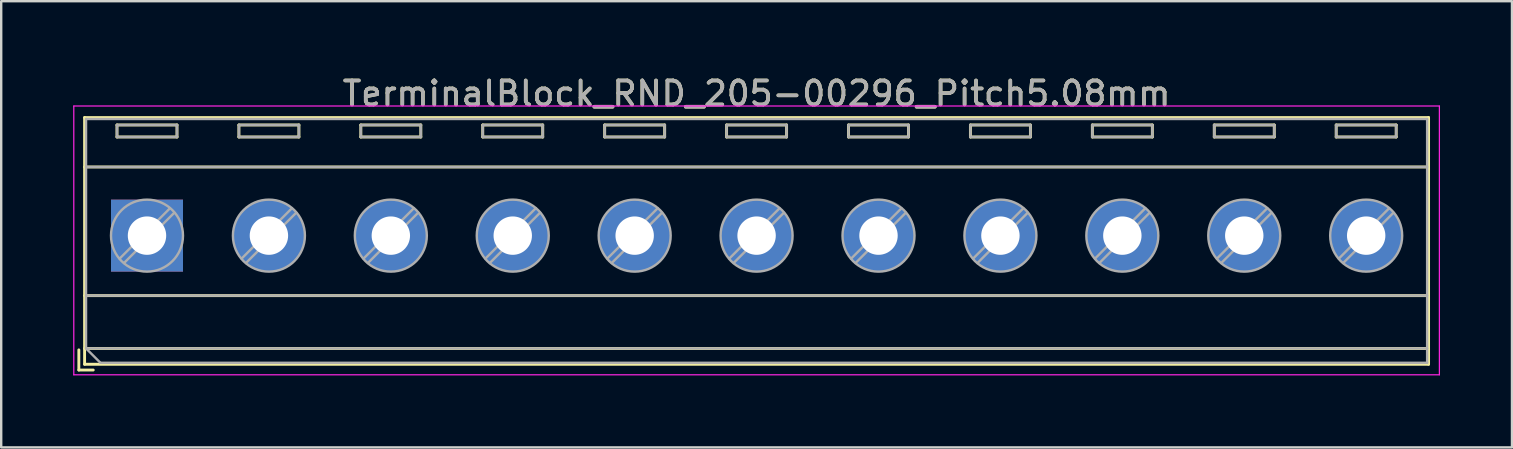
<source format=kicad_pcb>
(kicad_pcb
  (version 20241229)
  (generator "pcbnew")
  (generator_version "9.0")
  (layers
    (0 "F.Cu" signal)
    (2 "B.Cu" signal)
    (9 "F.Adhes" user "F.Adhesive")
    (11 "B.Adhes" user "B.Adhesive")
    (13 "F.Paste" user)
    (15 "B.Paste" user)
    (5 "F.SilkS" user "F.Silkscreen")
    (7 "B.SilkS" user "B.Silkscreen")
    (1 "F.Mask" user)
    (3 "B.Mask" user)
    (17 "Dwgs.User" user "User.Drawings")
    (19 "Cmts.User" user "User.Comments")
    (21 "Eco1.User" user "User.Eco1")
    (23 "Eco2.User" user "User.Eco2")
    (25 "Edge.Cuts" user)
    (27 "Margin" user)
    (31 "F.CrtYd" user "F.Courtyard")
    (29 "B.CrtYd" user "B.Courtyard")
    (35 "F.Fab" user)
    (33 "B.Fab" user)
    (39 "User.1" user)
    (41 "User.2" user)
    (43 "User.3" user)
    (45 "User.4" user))
  (footprint "TerminalBlock_RND_205-00296_Pitch5.08mm"
    (layer "F.Cu")
    (at 3.075 6.768)
    (property "Reference" "TerminalBlock_RND_205-00296_Pitch5.08mm" (at 25.4 -5.92 0) (layer "F.SilkS") (effects (font (size 1 1) (thickness 0.15))))
    (attr through_hole)
    (fp_line (start -2.84 4.76) (end -2.84 5.6) (stroke (width 0.12) (type solid)) (layer "F.SilkS"))
    (fp_line (start -2.84 5.6) (end -2.24 5.6) (stroke (width 0.12) (type solid)) (layer "F.SilkS"))
    (fp_line (start -2.6 -4.92) (end -2.6 5.36) (stroke (width 0.12) (type solid)) (layer "F.SilkS"))
    (fp_line (start -2.6 -2.86) (end 53.4 -2.86) (stroke (width 0.12) (type solid)) (layer "F.SilkS"))
    (fp_line (start -2.6 2.5) (end 53.4 2.5) (stroke (width 0.12) (type solid)) (layer "F.SilkS"))
    (fp_line (start -2.6 4.7) (end 53.4 4.7) (stroke (width 0.12) (type solid)) (layer "F.SilkS"))
    (fp_line (start -2.6 5.36) (end 53.4 5.36) (stroke (width 0.12) (type solid)) (layer "F.SilkS"))
    (fp_line (start -1.25 -4.61) (end -1.25 -4.11) (stroke (width 0.12) (type solid)) (layer "F.SilkS"))
    (fp_line (start -1.25 -4.61) (end 1.25 -4.61) (stroke (width 0.12) (type solid)) (layer "F.SilkS"))
    (fp_line (start -1.25 -4.11) (end 1.25 -4.11) (stroke (width 0.12) (type solid)) (layer "F.SilkS"))
    (fp_line (start 1.25 -4.61) (end 1.25 -4.11) (stroke (width 0.12) (type solid)) (layer "F.SilkS"))
    (fp_line (start 3.83 -4.61) (end 3.83 -4.11) (stroke (width 0.12) (type solid)) (layer "F.SilkS"))
    (fp_line (start 3.83 -4.61) (end 6.33 -4.61) (stroke (width 0.12) (type solid)) (layer "F.SilkS"))
    (fp_line (start 3.83 -4.11) (end 6.33 -4.11) (stroke (width 0.12) (type solid)) (layer "F.SilkS"))
    (fp_line (start 6.33 -4.61) (end 6.33 -4.11) (stroke (width 0.12) (type solid)) (layer "F.SilkS"))
    (fp_line (start 8.91 -4.61) (end 8.91 -4.11) (stroke (width 0.12) (type solid)) (layer "F.SilkS"))
    (fp_line (start 8.91 -4.61) (end 11.41 -4.61) (stroke (width 0.12) (type solid)) (layer "F.SilkS"))
    (fp_line (start 8.91 -4.11) (end 11.41 -4.11) (stroke (width 0.12) (type solid)) (layer "F.SilkS"))
    (fp_line (start 11.41 -4.61) (end 11.41 -4.11) (stroke (width 0.12) (type solid)) (layer "F.SilkS"))
    (fp_line (start 13.99 -4.61) (end 13.99 -4.11) (stroke (width 0.12) (type solid)) (layer "F.SilkS"))
    (fp_line (start 13.99 -4.61) (end 16.49 -4.61) (stroke (width 0.12) (type solid)) (layer "F.SilkS"))
    (fp_line (start 13.99 -4.11) (end 16.49 -4.11) (stroke (width 0.12) (type solid)) (layer "F.SilkS"))
    (fp_line (start 16.49 -4.61) (end 16.49 -4.11) (stroke (width 0.12) (type solid)) (layer "F.SilkS"))
    (fp_line (start 19.07 -4.61) (end 19.07 -4.11) (stroke (width 0.12) (type solid)) (layer "F.SilkS"))
    (fp_line (start 19.07 -4.61) (end 21.57 -4.61) (stroke (width 0.12) (type solid)) (layer "F.SilkS"))
    (fp_line (start 19.07 -4.11) (end 21.57 -4.11) (stroke (width 0.12) (type solid)) (layer "F.SilkS"))
    (fp_line (start 21.57 -4.61) (end 21.57 -4.11) (stroke (width 0.12) (type solid)) (layer "F.SilkS"))
    (fp_line (start 24.15 -4.61) (end 24.15 -4.11) (stroke (width 0.12) (type solid)) (layer "F.SilkS"))
    (fp_line (start 24.15 -4.61) (end 26.65 -4.61) (stroke (width 0.12) (type solid)) (layer "F.SilkS"))
    (fp_line (start 24.15 -4.11) (end 26.65 -4.11) (stroke (width 0.12) (type solid)) (layer "F.SilkS"))
    (fp_line (start 26.65 -4.61) (end 26.65 -4.11) (stroke (width 0.12) (type solid)) (layer "F.SilkS"))
    (fp_line (start 29.23 -4.61) (end 29.23 -4.11) (stroke (width 0.12) (type solid)) (layer "F.SilkS"))
    (fp_line (start 29.23 -4.61) (end 31.73 -4.61) (stroke (width 0.12) (type solid)) (layer "F.SilkS"))
    (fp_line (start 29.23 -4.11) (end 31.73 -4.11) (stroke (width 0.12) (type solid)) (layer "F.SilkS"))
    (fp_line (start 31.73 -4.61) (end 31.73 -4.11) (stroke (width 0.12) (type solid)) (layer "F.SilkS"))
    (fp_line (start 34.31 -4.61) (end 34.31 -4.11) (stroke (width 0.12) (type solid)) (layer "F.SilkS"))
    (fp_line (start 34.31 -4.61) (end 36.81 -4.61) (stroke (width 0.12) (type solid)) (layer "F.SilkS"))
    (fp_line (start 34.31 -4.11) (end 36.81 -4.11) (stroke (width 0.12) (type solid)) (layer "F.SilkS"))
    (fp_line (start 36.81 -4.61) (end 36.81 -4.11) (stroke (width 0.12) (type solid)) (layer "F.SilkS"))
    (fp_line (start 39.39 -4.61) (end 39.39 -4.11) (stroke (width 0.12) (type solid)) (layer "F.SilkS"))
    (fp_line (start 39.39 -4.61) (end 41.89 -4.61) (stroke (width 0.12) (type solid)) (layer "F.SilkS"))
    (fp_line (start 39.39 -4.11) (end 41.89 -4.11) (stroke (width 0.12) (type solid)) (layer "F.SilkS"))
    (fp_line (start 41.89 -4.61) (end 41.89 -4.11) (stroke (width 0.12) (type solid)) (layer "F.SilkS"))
    (fp_line (start 44.47 -4.61) (end 44.47 -4.11) (stroke (width 0.12) (type solid)) (layer "F.SilkS"))
    (fp_line (start 44.47 -4.61) (end 46.97 -4.61) (stroke (width 0.12) (type solid)) (layer "F.SilkS"))
    (fp_line (start 44.47 -4.11) (end 46.97 -4.11) (stroke (width 0.12) (type solid)) (layer "F.SilkS"))
    (fp_line (start 46.97 -4.61) (end 46.97 -4.11) (stroke (width 0.12) (type solid)) (layer "F.SilkS"))
    (fp_line (start 49.55 -4.61) (end 49.55 -4.11) (stroke (width 0.12) (type solid)) (layer "F.SilkS"))
    (fp_line (start 49.55 -4.61) (end 52.05 -4.61) (stroke (width 0.12) (type solid)) (layer "F.SilkS"))
    (fp_line (start 49.55 -4.11) (end 52.05 -4.11) (stroke (width 0.12) (type solid)) (layer "F.SilkS"))
    (fp_line (start 52.05 -4.61) (end 52.05 -4.11) (stroke (width 0.12) (type solid)) (layer "F.SilkS"))
    (fp_line (start 53.4 -4.92) (end -2.6 -4.92) (stroke (width 0.12) (type solid)) (layer "F.SilkS"))
    (fp_line (start 53.4 5.36) (end 53.4 -4.92) (stroke (width 0.12) (type solid)) (layer "F.SilkS"))
    (fp_line (start -3.05 -5.4) (end -3.05 5.8) (stroke (width 0.05) (type solid)) (layer "F.CrtYd"))
    (fp_line (start -3.05 5.8) (end 53.85 5.8) (stroke (width 0.05) (type solid)) (layer "F.CrtYd"))
    (fp_line (start 53.85 -5.4) (end -3.05 -5.4) (stroke (width 0.05) (type solid)) (layer "F.CrtYd"))
    (fp_line (start 53.85 5.8) (end 53.85 -5.4) (stroke (width 0.05) (type solid)) (layer "F.CrtYd"))
    (fp_line (start -2.54 -4.86) (end 53.34 -4.86) (stroke (width 0.1) (type solid)) (layer "F.Fab"))
    (fp_line (start -2.54 -2.86) (end 53.34 -2.86) (stroke (width 0.1) (type solid)) (layer "F.Fab"))
    (fp_line (start -2.54 2.5) (end 53.34 2.5) (stroke (width 0.1) (type solid)) (layer "F.Fab"))
    (fp_line (start -2.54 4.7) (end -2.54 -4.86) (stroke (width 0.1) (type solid)) (layer "F.Fab"))
    (fp_line (start -2.54 4.7) (end 53.34 4.7) (stroke (width 0.1) (type solid)) (layer "F.Fab"))
    (fp_line (start -1.94 5.3) (end -2.54 4.7) (stroke (width 0.1) (type solid)) (layer "F.Fab"))
    (fp_line (start -1.25 -4.61) (end -1.25 -4.11) (stroke (width 0.1) (type solid)) (layer "F.Fab"))
    (fp_line (start -1.25 -4.11) (end 1.25 -4.11) (stroke (width 0.1) (type solid)) (layer "F.Fab"))
    (fp_line (start 0.955 -1.138) (end -1.138 0.955) (stroke (width 0.1) (type solid)) (layer "F.Fab"))
    (fp_line (start 1.138 -0.955) (end -0.955 1.138) (stroke (width 0.1) (type solid)) (layer "F.Fab"))
    (fp_line (start 1.25 -4.61) (end -1.25 -4.61) (stroke (width 0.1) (type solid)) (layer "F.Fab"))
    (fp_line (start 1.25 -4.11) (end 1.25 -4.61) (stroke (width 0.1) (type solid)) (layer "F.Fab"))
    (fp_line (start 3.83 -4.61) (end 3.83 -4.11) (stroke (width 0.1) (type solid)) (layer "F.Fab"))
    (fp_line (start 3.83 -4.11) (end 6.33 -4.11) (stroke (width 0.1) (type solid)) (layer "F.Fab"))
    (fp_line (start 6.035 -1.138) (end 3.943 0.955) (stroke (width 0.1) (type solid)) (layer "F.Fab"))
    (fp_line (start 6.218 -0.955) (end 4.126 1.138) (stroke (width 0.1) (type solid)) (layer "F.Fab"))
    (fp_line (start 6.33 -4.61) (end 3.83 -4.61) (stroke (width 0.1) (type solid)) (layer "F.Fab"))
    (fp_line (start 6.33 -4.11) (end 6.33 -4.61) (stroke (width 0.1) (type solid)) (layer "F.Fab"))
    (fp_line (start 8.91 -4.61) (end 8.91 -4.11) (stroke (width 0.1) (type solid)) (layer "F.Fab"))
    (fp_line (start 8.91 -4.11) (end 11.41 -4.11) (stroke (width 0.1) (type solid)) (layer "F.Fab"))
    (fp_line (start 11.115 -1.138) (end 9.023 0.955) (stroke (width 0.1) (type solid)) (layer "F.Fab"))
    (fp_line (start 11.298 -0.955) (end 9.206 1.138) (stroke (width 0.1) (type solid)) (layer "F.Fab"))
    (fp_line (start 11.41 -4.61) (end 8.91 -4.61) (stroke (width 0.1) (type solid)) (layer "F.Fab"))
    (fp_line (start 11.41 -4.11) (end 11.41 -4.61) (stroke (width 0.1) (type solid)) (layer "F.Fab"))
    (fp_line (start 13.99 -4.61) (end 13.99 -4.11) (stroke (width 0.1) (type solid)) (layer "F.Fab"))
    (fp_line (start 13.99 -4.11) (end 16.49 -4.11) (stroke (width 0.1) (type solid)) (layer "F.Fab"))
    (fp_line (start 16.195 -1.138) (end 14.103 0.955) (stroke (width 0.1) (type solid)) (layer "F.Fab"))
    (fp_line (start 16.378 -0.955) (end 14.286 1.138) (stroke (width 0.1) (type solid)) (layer "F.Fab"))
    (fp_line (start 16.49 -4.61) (end 13.99 -4.61) (stroke (width 0.1) (type solid)) (layer "F.Fab"))
    (fp_line (start 16.49 -4.11) (end 16.49 -4.61) (stroke (width 0.1) (type solid)) (layer "F.Fab"))
    (fp_line (start 19.07 -4.61) (end 19.07 -4.11) (stroke (width 0.1) (type solid)) (layer "F.Fab"))
    (fp_line (start 19.07 -4.11) (end 21.57 -4.11) (stroke (width 0.1) (type solid)) (layer "F.Fab"))
    (fp_line (start 21.275 -1.138) (end 19.183 0.955) (stroke (width 0.1) (type solid)) (layer "F.Fab"))
    (fp_line (start 21.458 -0.955) (end 19.366 1.138) (stroke (width 0.1) (type solid)) (layer "F.Fab"))
    (fp_line (start 21.57 -4.61) (end 19.07 -4.61) (stroke (width 0.1) (type solid)) (layer "F.Fab"))
    (fp_line (start 21.57 -4.11) (end 21.57 -4.61) (stroke (width 0.1) (type solid)) (layer "F.Fab"))
    (fp_line (start 24.15 -4.61) (end 24.15 -4.11) (stroke (width 0.1) (type solid)) (layer "F.Fab"))
    (fp_line (start 24.15 -4.11) (end 26.65 -4.11) (stroke (width 0.1) (type solid)) (layer "F.Fab"))
    (fp_line (start 26.355 -1.138) (end 24.263 0.955) (stroke (width 0.1) (type solid)) (layer "F.Fab"))
    (fp_line (start 26.538 -0.955) (end 24.446 1.138) (stroke (width 0.1) (type solid)) (layer "F.Fab"))
    (fp_line (start 26.65 -4.61) (end 24.15 -4.61) (stroke (width 0.1) (type solid)) (layer "F.Fab"))
    (fp_line (start 26.65 -4.11) (end 26.65 -4.61) (stroke (width 0.1) (type solid)) (layer "F.Fab"))
    (fp_line (start 29.23 -4.61) (end 29.23 -4.11) (stroke (width 0.1) (type solid)) (layer "F.Fab"))
    (fp_line (start 29.23 -4.11) (end 31.73 -4.11) (stroke (width 0.1) (type solid)) (layer "F.Fab"))
    (fp_line (start 31.435 -1.138) (end 29.343 0.955) (stroke (width 0.1) (type solid)) (layer "F.Fab"))
    (fp_line (start 31.618 -0.955) (end 29.526 1.138) (stroke (width 0.1) (type solid)) (layer "F.Fab"))
    (fp_line (start 31.73 -4.61) (end 29.23 -4.61) (stroke (width 0.1) (type solid)) (layer "F.Fab"))
    (fp_line (start 31.73 -4.11) (end 31.73 -4.61) (stroke (width 0.1) (type solid)) (layer "F.Fab"))
    (fp_line (start 34.31 -4.61) (end 34.31 -4.11) (stroke (width 0.1) (type solid)) (layer "F.Fab"))
    (fp_line (start 34.31 -4.11) (end 36.81 -4.11) (stroke (width 0.1) (type solid)) (layer "F.Fab"))
    (fp_line (start 36.515 -1.138) (end 34.423 0.955) (stroke (width 0.1) (type solid)) (layer "F.Fab"))
    (fp_line (start 36.698 -0.955) (end 34.606 1.138) (stroke (width 0.1) (type solid)) (layer "F.Fab"))
    (fp_line (start 36.81 -4.61) (end 34.31 -4.61) (stroke (width 0.1) (type solid)) (layer "F.Fab"))
    (fp_line (start 36.81 -4.11) (end 36.81 -4.61) (stroke (width 0.1) (type solid)) (layer "F.Fab"))
    (fp_line (start 39.39 -4.61) (end 39.39 -4.11) (stroke (width 0.1) (type solid)) (layer "F.Fab"))
    (fp_line (start 39.39 -4.11) (end 41.89 -4.11) (stroke (width 0.1) (type solid)) (layer "F.Fab"))
    (fp_line (start 41.595 -1.138) (end 39.503 0.955) (stroke (width 0.1) (type solid)) (layer "F.Fab"))
    (fp_line (start 41.778 -0.955) (end 39.686 1.138) (stroke (width 0.1) (type solid)) (layer "F.Fab"))
    (fp_line (start 41.89 -4.61) (end 39.39 -4.61) (stroke (width 0.1) (type solid)) (layer "F.Fab"))
    (fp_line (start 41.89 -4.11) (end 41.89 -4.61) (stroke (width 0.1) (type solid)) (layer "F.Fab"))
    (fp_line (start 44.47 -4.61) (end 44.47 -4.11) (stroke (width 0.1) (type solid)) (layer "F.Fab"))
    (fp_line (start 44.47 -4.11) (end 46.97 -4.11) (stroke (width 0.1) (type solid)) (layer "F.Fab"))
    (fp_line (start 46.675 -1.138) (end 44.583 0.955) (stroke (width 0.1) (type solid)) (layer "F.Fab"))
    (fp_line (start 46.858 -0.955) (end 44.766 1.138) (stroke (width 0.1) (type solid)) (layer "F.Fab"))
    (fp_line (start 46.97 -4.61) (end 44.47 -4.61) (stroke (width 0.1) (type solid)) (layer "F.Fab"))
    (fp_line (start 46.97 -4.11) (end 46.97 -4.61) (stroke (width 0.1) (type solid)) (layer "F.Fab"))
    (fp_line (start 49.55 -4.61) (end 49.55 -4.11) (stroke (width 0.1) (type solid)) (layer "F.Fab"))
    (fp_line (start 49.55 -4.11) (end 52.05 -4.11) (stroke (width 0.1) (type solid)) (layer "F.Fab"))
    (fp_line (start 51.755 -1.138) (end 49.663 0.955) (stroke (width 0.1) (type solid)) (layer "F.Fab"))
    (fp_line (start 51.938 -0.955) (end 49.846 1.138) (stroke (width 0.1) (type solid)) (layer "F.Fab"))
    (fp_line (start 52.05 -4.61) (end 49.55 -4.61) (stroke (width 0.1) (type solid)) (layer "F.Fab"))
    (fp_line (start 52.05 -4.11) (end 52.05 -4.61) (stroke (width 0.1) (type solid)) (layer "F.Fab"))
    (fp_line (start 53.34 -4.86) (end 53.34 5.3) (stroke (width 0.1) (type solid)) (layer "F.Fab"))
    (fp_line (start 53.34 5.3) (end -1.94 5.3) (stroke (width 0.1) (type solid)) (layer "F.Fab"))
    (fp_circle (center 0 0) (end 1.5 0) (stroke (width 0.1) (type solid)) (fill no) (layer "F.Fab"))
    (fp_circle (center 5.08 0) (end 6.58 0) (stroke (width 0.1) (type solid)) (fill no) (layer "F.Fab"))
    (fp_circle (center 10.16 0) (end 11.66 0) (stroke (width 0.1) (type solid)) (fill no) (layer "F.Fab"))
    (fp_circle (center 15.24 0) (end 16.74 0) (stroke (width 0.1) (type solid)) (fill no) (layer "F.Fab"))
    (fp_circle (center 20.32 0) (end 21.82 0) (stroke (width 0.1) (type solid)) (fill no) (layer "F.Fab"))
    (fp_circle (center 25.4 0) (end 26.9 0) (stroke (width 0.1) (type solid)) (fill no) (layer "F.Fab"))
    (fp_circle (center 30.48 0) (end 31.98 0) (stroke (width 0.1) (type solid)) (fill no) (layer "F.Fab"))
    (fp_circle (center 35.56 0) (end 37.06 0) (stroke (width 0.1) (type solid)) (fill no) (layer "F.Fab"))
    (fp_circle (center 40.64 0) (end 42.14 0) (stroke (width 0.1) (type solid)) (fill no) (layer "F.Fab"))
    (fp_circle (center 45.72 0) (end 47.22 0) (stroke (width 0.1) (type solid)) (fill no) (layer "F.Fab"))
    (fp_circle (center 50.8 0) (end 52.3 0) (stroke (width 0.1) (type solid)) (fill no) (layer "F.Fab"))
    (fp_text user "${REFERENCE}" (at 25.4 -5.92 0) (layer "F.Fab") (effects (font (size 1 1) (thickness 0.15))))
    (pad "1" thru_hole rect (at 0 0) (size 3 3) (drill 1.6) (layers "*.Cu" "*.Mask"))
    (pad "2" thru_hole oval (at 5.08 0) (size 3 3) (drill 1.6) (layers "*.Cu" "*.Mask"))
    (pad "3" thru_hole oval (at 10.16 0) (size 3 3) (drill 1.6) (layers "*.Cu" "*.Mask"))
    (pad "4" thru_hole oval (at 15.24 0) (size 3 3) (drill 1.6) (layers "*.Cu" "*.Mask"))
    (pad "5" thru_hole oval (at 20.32 0) (size 3 3) (drill 1.6) (layers "*.Cu" "*.Mask"))
    (pad "6" thru_hole oval (at 25.4 0) (size 3 3) (drill 1.6) (layers "*.Cu" "*.Mask"))
    (pad "7" thru_hole oval (at 30.48 0) (size 3 3) (drill 1.6) (layers "*.Cu" "*.Mask"))
    (pad "8" thru_hole oval (at 35.56 0) (size 3 3) (drill 1.6) (layers "*.Cu" "*.Mask"))
    (pad "9" thru_hole oval (at 40.64 0) (size 3 3) (drill 1.6) (layers "*.Cu" "*.Mask"))
    (pad "10" thru_hole oval (at 45.72 0) (size 3 3) (drill 1.6) (layers "*.Cu" "*.Mask"))
    (pad "11" thru_hole oval (at 50.8 0) (size 3 3) (drill 1.6) (layers "*.Cu" "*.Mask")))
  (gr_rect
    (start -3 -3)
    (end 59.95 15.593)
    (stroke (width 0.1) (type default))
    (fill no)
    (layer "Edge.Cuts")))
</source>
